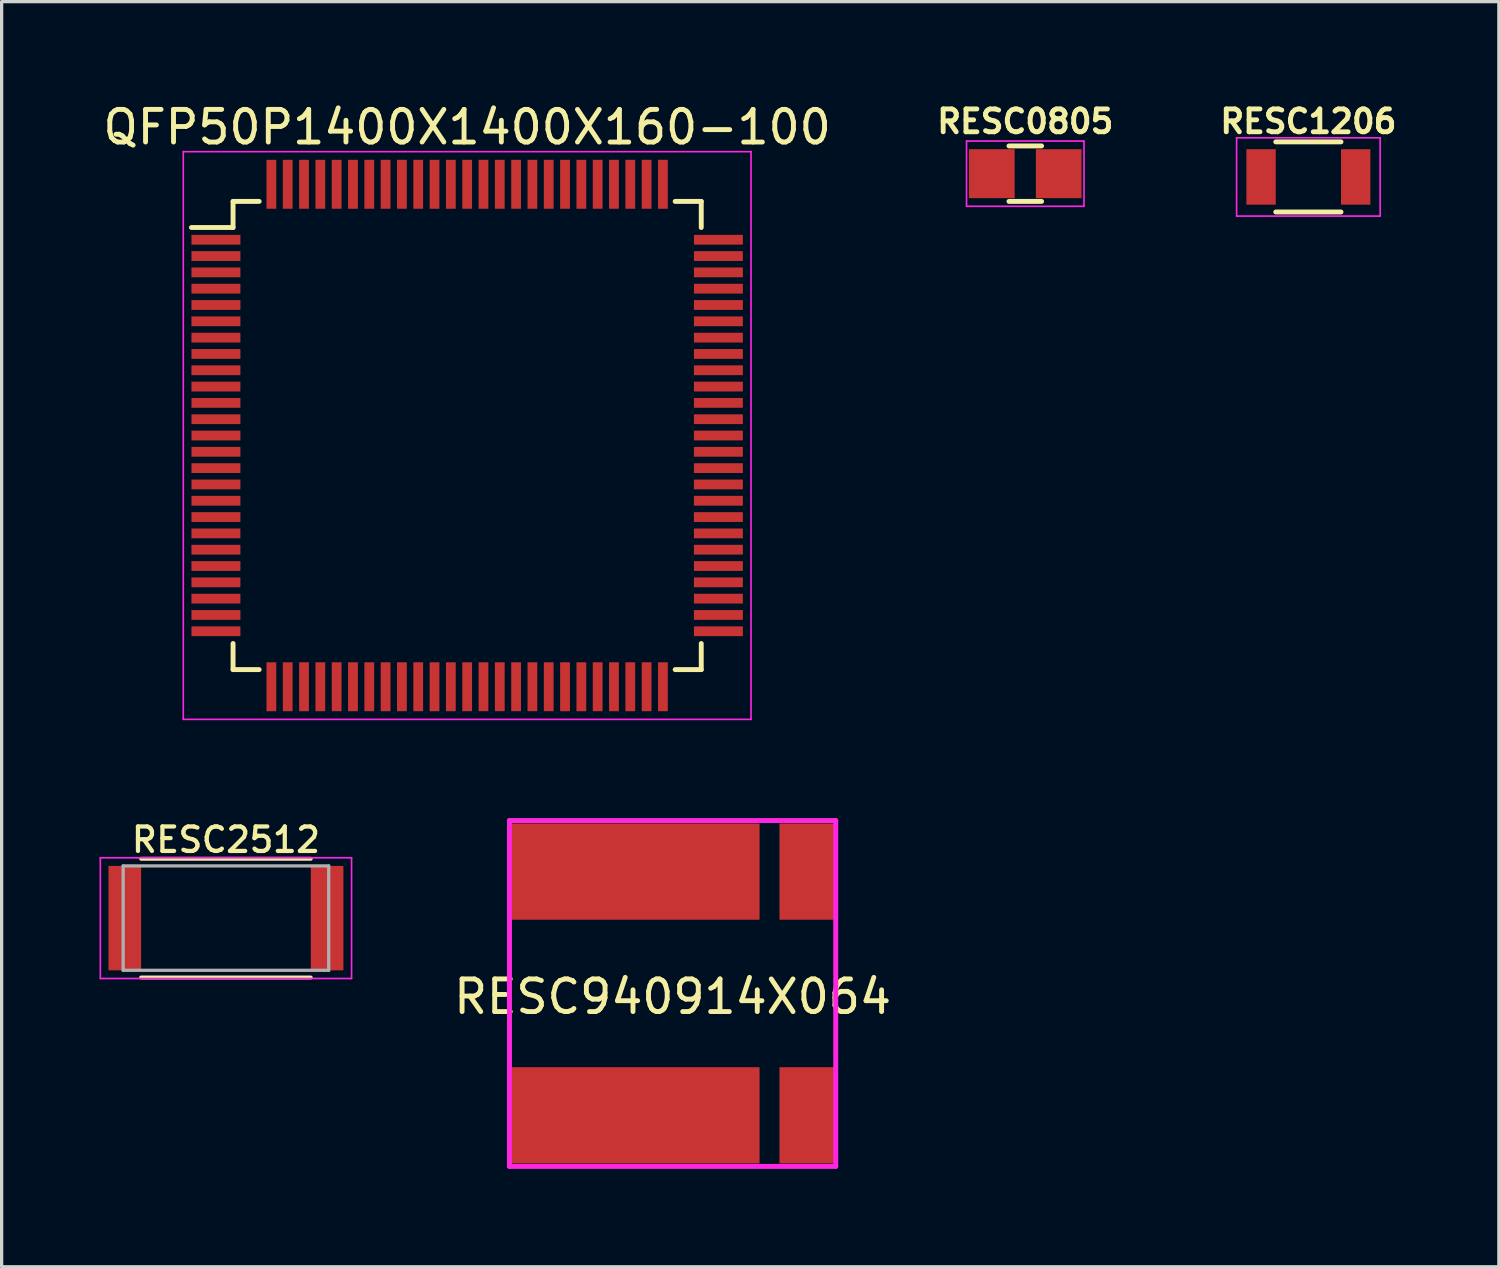
<source format=kicad_pcb>
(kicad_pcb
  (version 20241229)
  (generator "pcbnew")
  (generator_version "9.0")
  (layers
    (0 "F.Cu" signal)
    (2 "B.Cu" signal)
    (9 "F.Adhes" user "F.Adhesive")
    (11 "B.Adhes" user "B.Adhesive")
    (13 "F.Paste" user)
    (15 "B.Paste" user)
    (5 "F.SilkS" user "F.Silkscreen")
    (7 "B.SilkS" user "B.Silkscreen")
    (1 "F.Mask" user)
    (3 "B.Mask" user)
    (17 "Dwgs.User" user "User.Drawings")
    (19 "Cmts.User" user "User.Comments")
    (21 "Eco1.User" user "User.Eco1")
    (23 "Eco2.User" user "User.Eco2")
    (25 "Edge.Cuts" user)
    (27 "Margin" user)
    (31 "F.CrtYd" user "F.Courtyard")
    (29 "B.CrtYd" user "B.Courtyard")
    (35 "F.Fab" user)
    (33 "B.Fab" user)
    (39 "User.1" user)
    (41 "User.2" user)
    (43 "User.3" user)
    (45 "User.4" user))
  (footprint "RESC0805"
    (layer "F.Cu")
    (at 28.374 2.273)
    (property "Reference" "RESC0805" (at 0 -1.6 0) (layer "F.SilkS") (effects (font (size 0.7 0.7) (thickness 0.15))))
    (attr smd)
    (fp_line (start -0.5 0.85) (end 0.5 0.85) (stroke (width 0.15) (type solid)) (layer "F.SilkS"))
    (fp_line (start 0.5 -0.85) (end -0.5 -0.85) (stroke (width 0.15) (type solid)) (layer "F.SilkS"))
    (fp_line (start -1.8 -1) (end -1.8 1) (stroke (width 0.05) (type solid)) (layer "F.CrtYd"))
    (fp_line (start -1.8 -1) (end 1.8 -1) (stroke (width 0.05) (type solid)) (layer "F.CrtYd"))
    (fp_line (start -1.8 1) (end 1.8 1) (stroke (width 0.05) (type solid)) (layer "F.CrtYd"))
    (fp_line (start 1.8 -1) (end 1.8 1) (stroke (width 0.05) (type solid)) (layer "F.CrtYd"))
    (pad "1" smd rect (at -1.025 0) (size 1.4 1.5) (layers "F.Cu" "F.Mask" "F.Paste"))
    (pad "2" smd rect (at 1.025 0) (size 1.4 1.5) (layers "F.Cu" "F.Mask" "F.Paste")))
  (footprint "QFP50P1400X1400X160-100"
    (layer "F.Cu")
    (at 11.268 10.298)
    (property "Reference" "QFP50P1400X1400X160-100" (at 0 -9.45 0) (layer "F.SilkS") (effects (font (size 1 1) (thickness 0.15))))
    (attr smd)
    (fp_line (start -7.175 -7.175) (end -7.175 -6.375) (stroke (width 0.15) (type solid)) (layer "F.SilkS"))
    (fp_line (start -7.175 -7.175) (end -6.375 -7.175) (stroke (width 0.15) (type solid)) (layer "F.SilkS"))
    (fp_line (start -7.175 -6.375) (end -8.45 -6.375) (stroke (width 0.15) (type solid)) (layer "F.SilkS"))
    (fp_line (start -7.175 7.175) (end -7.175 6.375) (stroke (width 0.15) (type solid)) (layer "F.SilkS"))
    (fp_line (start -7.175 7.175) (end -6.375 7.175) (stroke (width 0.15) (type solid)) (layer "F.SilkS"))
    (fp_line (start 7.175 -7.175) (end 6.375 -7.175) (stroke (width 0.15) (type solid)) (layer "F.SilkS"))
    (fp_line (start 7.175 -7.175) (end 7.175 -6.375) (stroke (width 0.15) (type solid)) (layer "F.SilkS"))
    (fp_line (start 7.175 7.175) (end 6.375 7.175) (stroke (width 0.15) (type solid)) (layer "F.SilkS"))
    (fp_line (start 7.175 7.175) (end 7.175 6.375) (stroke (width 0.15) (type solid)) (layer "F.SilkS"))
    (fp_line (start -8.7 -8.7) (end -8.7 8.7) (stroke (width 0.05) (type solid)) (layer "F.CrtYd"))
    (fp_line (start -8.7 -8.7) (end 8.7 -8.7) (stroke (width 0.05) (type solid)) (layer "F.CrtYd"))
    (fp_line (start -8.7 8.7) (end 8.7 8.7) (stroke (width 0.05) (type solid)) (layer "F.CrtYd"))
    (fp_line (start 8.7 -8.7) (end 8.7 8.7) (stroke (width 0.05) (type solid)) (layer "F.CrtYd"))
    (pad "1" smd rect (at -7.7 -6) (size 1.5 0.3) (layers "F.Cu" "F.Mask" "F.Paste"))
    (pad "2" smd rect (at -7.7 -5.5) (size 1.5 0.3) (layers "F.Cu" "F.Mask" "F.Paste"))
    (pad "3" smd rect (at -7.7 -5) (size 1.5 0.3) (layers "F.Cu" "F.Mask" "F.Paste"))
    (pad "4" smd rect (at -7.7 -4.5) (size 1.5 0.3) (layers "F.Cu" "F.Mask" "F.Paste"))
    (pad "5" smd rect (at -7.7 -4) (size 1.5 0.3) (layers "F.Cu" "F.Mask" "F.Paste"))
    (pad "6" smd rect (at -7.7 -3.5) (size 1.5 0.3) (layers "F.Cu" "F.Mask" "F.Paste"))
    (pad "7" smd rect (at -7.7 -3) (size 1.5 0.3) (layers "F.Cu" "F.Mask" "F.Paste"))
    (pad "8" smd rect (at -7.7 -2.5) (size 1.5 0.3) (layers "F.Cu" "F.Mask" "F.Paste"))
    (pad "9" smd rect (at -7.7 -2) (size 1.5 0.3) (layers "F.Cu" "F.Mask" "F.Paste"))
    (pad "10" smd rect (at -7.7 -1.5) (size 1.5 0.3) (layers "F.Cu" "F.Mask" "F.Paste"))
    (pad "11" smd rect (at -7.7 -1) (size 1.5 0.3) (layers "F.Cu" "F.Mask" "F.Paste"))
    (pad "12" smd rect (at -7.7 -0.5) (size 1.5 0.3) (layers "F.Cu" "F.Mask" "F.Paste"))
    (pad "13" smd rect (at -7.7 0) (size 1.5 0.3) (layers "F.Cu" "F.Mask" "F.Paste"))
    (pad "14" smd rect (at -7.7 0.5) (size 1.5 0.3) (layers "F.Cu" "F.Mask" "F.Paste"))
    (pad "15" smd rect (at -7.7 1) (size 1.5 0.3) (layers "F.Cu" "F.Mask" "F.Paste"))
    (pad "16" smd rect (at -7.7 1.5) (size 1.5 0.3) (layers "F.Cu" "F.Mask" "F.Paste"))
    (pad "17" smd rect (at -7.7 2) (size 1.5 0.3) (layers "F.Cu" "F.Mask" "F.Paste"))
    (pad "18" smd rect (at -7.7 2.5) (size 1.5 0.3) (layers "F.Cu" "F.Mask" "F.Paste"))
    (pad "19" smd rect (at -7.7 3) (size 1.5 0.3) (layers "F.Cu" "F.Mask" "F.Paste"))
    (pad "20" smd rect (at -7.7 3.5) (size 1.5 0.3) (layers "F.Cu" "F.Mask" "F.Paste"))
    (pad "21" smd rect (at -7.7 4) (size 1.5 0.3) (layers "F.Cu" "F.Mask" "F.Paste"))
    (pad "22" smd rect (at -7.7 4.5) (size 1.5 0.3) (layers "F.Cu" "F.Mask" "F.Paste"))
    (pad "23" smd rect (at -7.7 5) (size 1.5 0.3) (layers "F.Cu" "F.Mask" "F.Paste"))
    (pad "24" smd rect (at -7.7 5.5) (size 1.5 0.3) (layers "F.Cu" "F.Mask" "F.Paste"))
    (pad "25" smd rect (at -7.7 6) (size 1.5 0.3) (layers "F.Cu" "F.Mask" "F.Paste"))
    (pad "26" smd rect (at -6 7.7 90) (size 1.5 0.3) (layers "F.Cu" "F.Mask" "F.Paste"))
    (pad "27" smd rect (at -5.5 7.7 90) (size 1.5 0.3) (layers "F.Cu" "F.Mask" "F.Paste"))
    (pad "28" smd rect (at -5 7.7 90) (size 1.5 0.3) (layers "F.Cu" "F.Mask" "F.Paste"))
    (pad "29" smd rect (at -4.5 7.7 90) (size 1.5 0.3) (layers "F.Cu" "F.Mask" "F.Paste"))
    (pad "30" smd rect (at -4 7.7 90) (size 1.5 0.3) (layers "F.Cu" "F.Mask" "F.Paste"))
    (pad "31" smd rect (at -3.5 7.7 90) (size 1.5 0.3) (layers "F.Cu" "F.Mask" "F.Paste"))
    (pad "32" smd rect (at -3 7.7 90) (size 1.5 0.3) (layers "F.Cu" "F.Mask" "F.Paste"))
    (pad "33" smd rect (at -2.5 7.7 90) (size 1.5 0.3) (layers "F.Cu" "F.Mask" "F.Paste"))
    (pad "34" smd rect (at -2 7.7 90) (size 1.5 0.3) (layers "F.Cu" "F.Mask" "F.Paste"))
    (pad "35" smd rect (at -1.5 7.7 90) (size 1.5 0.3) (layers "F.Cu" "F.Mask" "F.Paste"))
    (pad "36" smd rect (at -1 7.7 90) (size 1.5 0.3) (layers "F.Cu" "F.Mask" "F.Paste"))
    (pad "37" smd rect (at -0.5 7.7 90) (size 1.5 0.3) (layers "F.Cu" "F.Mask" "F.Paste"))
    (pad "38" smd rect (at 0 7.7 90) (size 1.5 0.3) (layers "F.Cu" "F.Mask" "F.Paste"))
    (pad "39" smd rect (at 0.5 7.7 90) (size 1.5 0.3) (layers "F.Cu" "F.Mask" "F.Paste"))
    (pad "40" smd rect (at 1 7.7 90) (size 1.5 0.3) (layers "F.Cu" "F.Mask" "F.Paste"))
    (pad "41" smd rect (at 1.5 7.7 90) (size 1.5 0.3) (layers "F.Cu" "F.Mask" "F.Paste"))
    (pad "42" smd rect (at 2 7.7 90) (size 1.5 0.3) (layers "F.Cu" "F.Mask" "F.Paste"))
    (pad "43" smd rect (at 2.5 7.7 90) (size 1.5 0.3) (layers "F.Cu" "F.Mask" "F.Paste"))
    (pad "44" smd rect (at 3 7.7 90) (size 1.5 0.3) (layers "F.Cu" "F.Mask" "F.Paste"))
    (pad "45" smd rect (at 3.5 7.7 90) (size 1.5 0.3) (layers "F.Cu" "F.Mask" "F.Paste"))
    (pad "46" smd rect (at 4 7.7 90) (size 1.5 0.3) (layers "F.Cu" "F.Mask" "F.Paste"))
    (pad "47" smd rect (at 4.5 7.7 90) (size 1.5 0.3) (layers "F.Cu" "F.Mask" "F.Paste"))
    (pad "48" smd rect (at 5 7.7 90) (size 1.5 0.3) (layers "F.Cu" "F.Mask" "F.Paste"))
    (pad "49" smd rect (at 5.5 7.7 90) (size 1.5 0.3) (layers "F.Cu" "F.Mask" "F.Paste"))
    (pad "50" smd rect (at 6 7.7 90) (size 1.5 0.3) (layers "F.Cu" "F.Mask" "F.Paste"))
    (pad "51" smd rect (at 7.7 6) (size 1.5 0.3) (layers "F.Cu" "F.Mask" "F.Paste"))
    (pad "52" smd rect (at 7.7 5.5) (size 1.5 0.3) (layers "F.Cu" "F.Mask" "F.Paste"))
    (pad "53" smd rect (at 7.7 5) (size 1.5 0.3) (layers "F.Cu" "F.Mask" "F.Paste"))
    (pad "54" smd rect (at 7.7 4.5) (size 1.5 0.3) (layers "F.Cu" "F.Mask" "F.Paste"))
    (pad "55" smd rect (at 7.7 4) (size 1.5 0.3) (layers "F.Cu" "F.Mask" "F.Paste"))
    (pad "56" smd rect (at 7.7 3.5) (size 1.5 0.3) (layers "F.Cu" "F.Mask" "F.Paste"))
    (pad "57" smd rect (at 7.7 3) (size 1.5 0.3) (layers "F.Cu" "F.Mask" "F.Paste"))
    (pad "58" smd rect (at 7.7 2.5) (size 1.5 0.3) (layers "F.Cu" "F.Mask" "F.Paste"))
    (pad "59" smd rect (at 7.7 2) (size 1.5 0.3) (layers "F.Cu" "F.Mask" "F.Paste"))
    (pad "60" smd rect (at 7.7 1.5) (size 1.5 0.3) (layers "F.Cu" "F.Mask" "F.Paste"))
    (pad "61" smd rect (at 7.7 1) (size 1.5 0.3) (layers "F.Cu" "F.Mask" "F.Paste"))
    (pad "62" smd rect (at 7.7 0.5) (size 1.5 0.3) (layers "F.Cu" "F.Mask" "F.Paste"))
    (pad "63" smd rect (at 7.7 0) (size 1.5 0.3) (layers "F.Cu" "F.Mask" "F.Paste"))
    (pad "64" smd rect (at 7.7 -0.5) (size 1.5 0.3) (layers "F.Cu" "F.Mask" "F.Paste"))
    (pad "65" smd rect (at 7.7 -1) (size 1.5 0.3) (layers "F.Cu" "F.Mask" "F.Paste"))
    (pad "66" smd rect (at 7.7 -1.5) (size 1.5 0.3) (layers "F.Cu" "F.Mask" "F.Paste"))
    (pad "67" smd rect (at 7.7 -2) (size 1.5 0.3) (layers "F.Cu" "F.Mask" "F.Paste"))
    (pad "68" smd rect (at 7.7 -2.5) (size 1.5 0.3) (layers "F.Cu" "F.Mask" "F.Paste"))
    (pad "69" smd rect (at 7.7 -3) (size 1.5 0.3) (layers "F.Cu" "F.Mask" "F.Paste"))
    (pad "70" smd rect (at 7.7 -3.5) (size 1.5 0.3) (layers "F.Cu" "F.Mask" "F.Paste"))
    (pad "71" smd rect (at 7.7 -4) (size 1.5 0.3) (layers "F.Cu" "F.Mask" "F.Paste"))
    (pad "72" smd rect (at 7.7 -4.5) (size 1.5 0.3) (layers "F.Cu" "F.Mask" "F.Paste"))
    (pad "73" smd rect (at 7.7 -5) (size 1.5 0.3) (layers "F.Cu" "F.Mask" "F.Paste"))
    (pad "74" smd rect (at 7.7 -5.5) (size 1.5 0.3) (layers "F.Cu" "F.Mask" "F.Paste"))
    (pad "75" smd rect (at 7.7 -6) (size 1.5 0.3) (layers "F.Cu" "F.Mask" "F.Paste"))
    (pad "76" smd rect (at 6 -7.7 90) (size 1.5 0.3) (layers "F.Cu" "F.Mask" "F.Paste"))
    (pad "77" smd rect (at 5.5 -7.7 90) (size 1.5 0.3) (layers "F.Cu" "F.Mask" "F.Paste"))
    (pad "78" smd rect (at 5 -7.7 90) (size 1.5 0.3) (layers "F.Cu" "F.Mask" "F.Paste"))
    (pad "79" smd rect (at 4.5 -7.7 90) (size 1.5 0.3) (layers "F.Cu" "F.Mask" "F.Paste"))
    (pad "80" smd rect (at 4 -7.7 90) (size 1.5 0.3) (layers "F.Cu" "F.Mask" "F.Paste"))
    (pad "81" smd rect (at 3.5 -7.7 90) (size 1.5 0.3) (layers "F.Cu" "F.Mask" "F.Paste"))
    (pad "82" smd rect (at 3 -7.7 90) (size 1.5 0.3) (layers "F.Cu" "F.Mask" "F.Paste"))
    (pad "83" smd rect (at 2.5 -7.7 90) (size 1.5 0.3) (layers "F.Cu" "F.Mask" "F.Paste"))
    (pad "84" smd rect (at 2 -7.7 90) (size 1.5 0.3) (layers "F.Cu" "F.Mask" "F.Paste"))
    (pad "85" smd rect (at 1.5 -7.7 90) (size 1.5 0.3) (layers "F.Cu" "F.Mask" "F.Paste"))
    (pad "86" smd rect (at 1 -7.7 90) (size 1.5 0.3) (layers "F.Cu" "F.Mask" "F.Paste"))
    (pad "87" smd rect (at 0.5 -7.7 90) (size 1.5 0.3) (layers "F.Cu" "F.Mask" "F.Paste"))
    (pad "88" smd rect (at 0 -7.7 90) (size 1.5 0.3) (layers "F.Cu" "F.Mask" "F.Paste"))
    (pad "89" smd rect (at -0.5 -7.7 90) (size 1.5 0.3) (layers "F.Cu" "F.Mask" "F.Paste"))
    (pad "90" smd rect (at -1 -7.7 90) (size 1.5 0.3) (layers "F.Cu" "F.Mask" "F.Paste"))
    (pad "91" smd rect (at -1.5 -7.7 90) (size 1.5 0.3) (layers "F.Cu" "F.Mask" "F.Paste"))
    (pad "92" smd rect (at -2 -7.7 90) (size 1.5 0.3) (layers "F.Cu" "F.Mask" "F.Paste"))
    (pad "93" smd rect (at -2.5 -7.7 90) (size 1.5 0.3) (layers "F.Cu" "F.Mask" "F.Paste"))
    (pad "94" smd rect (at -3 -7.7 90) (size 1.5 0.3) (layers "F.Cu" "F.Mask" "F.Paste"))
    (pad "95" smd rect (at -3.5 -7.7 90) (size 1.5 0.3) (layers "F.Cu" "F.Mask" "F.Paste"))
    (pad "96" smd rect (at -4 -7.7 90) (size 1.5 0.3) (layers "F.Cu" "F.Mask" "F.Paste"))
    (pad "97" smd rect (at -4.5 -7.7 90) (size 1.5 0.3) (layers "F.Cu" "F.Mask" "F.Paste"))
    (pad "98" smd rect (at -5 -7.7 90) (size 1.5 0.3) (layers "F.Cu" "F.Mask" "F.Paste"))
    (pad "99" smd rect (at -5.5 -7.7 90) (size 1.5 0.3) (layers "F.Cu" "F.Mask" "F.Paste"))
    (pad "100" smd rect (at -6 -7.7 90) (size 1.5 0.3) (layers "F.Cu" "F.Mask" "F.Paste")))
  (footprint "RESC2512"
    (layer "F.Cu")
    (at 3.875 25.09)
    (property "Reference" "RESC2512" (at 0 -2.4 0) (layer "F.SilkS") (effects (font (size 0.75 0.75) (thickness 0.13))))
    (attr smd)
    (fp_line (start -2.6 -1.82) (end 2.6 -1.82) (stroke (width 0.12) (type solid)) (layer "F.SilkS"))
    (fp_line (start 2.6 1.82) (end -2.6 1.82) (stroke (width 0.12) (type solid)) (layer "F.SilkS"))
    (fp_line (start -3.85 -1.85) (end -3.85 1.85) (stroke (width 0.05) (type solid)) (layer "F.CrtYd"))
    (fp_line (start -3.85 -1.85) (end 3.85 -1.85) (stroke (width 0.05) (type solid)) (layer "F.CrtYd"))
    (fp_line (start 3.85 1.85) (end -3.85 1.85) (stroke (width 0.05) (type solid)) (layer "F.CrtYd"))
    (fp_line (start 3.85 1.85) (end 3.85 -1.85) (stroke (width 0.05) (type solid)) (layer "F.CrtYd"))
    (fp_line (start -3.15 -1.6) (end 3.15 -1.6) (stroke (width 0.1) (type solid)) (layer "F.Fab"))
    (fp_line (start -3.15 1.6) (end -3.15 -1.6) (stroke (width 0.1) (type solid)) (layer "F.Fab"))
    (fp_line (start 3.15 -1.6) (end 3.15 1.6) (stroke (width 0.1) (type solid)) (layer "F.Fab"))
    (fp_line (start 3.15 1.6) (end -3.15 1.6) (stroke (width 0.1) (type solid)) (layer "F.Fab"))
    (pad "1" smd rect (at -3.1 0) (size 1 3.2) (layers "F.Cu" "F.Mask" "F.Paste"))
    (pad "2" smd rect (at 3.1 0) (size 1 3.2) (layers "F.Cu" "F.Mask" "F.Paste")))
  (footprint "RESC1206"
    (layer "F.Cu")
    (at 37.051 2.373)
    (property "Reference" "RESC1206" (at 0 -1.7 0) (layer "F.SilkS") (effects (font (size 0.7 0.7) (thickness 0.15))))
    (attr smd)
    (fp_line (start -1 -1.075) (end 1 -1.075) (stroke (width 0.15) (type solid)) (layer "F.SilkS"))
    (fp_line (start 1 1.075) (end -1 1.075) (stroke (width 0.15) (type solid)) (layer "F.SilkS"))
    (fp_line (start -2.2 -1.2) (end -2.2 1.2) (stroke (width 0.05) (type solid)) (layer "F.CrtYd"))
    (fp_line (start -2.2 -1.2) (end 2.2 -1.2) (stroke (width 0.05) (type solid)) (layer "F.CrtYd"))
    (fp_line (start -2.2 1.2) (end 2.2 1.2) (stroke (width 0.05) (type solid)) (layer "F.CrtYd"))
    (fp_line (start 2.2 -1.2) (end 2.2 1.2) (stroke (width 0.05) (type solid)) (layer "F.CrtYd"))
    (pad "1" smd rect (at -1.45 0) (size 0.9 1.7) (layers "F.Cu" "F.Mask" "F.Paste"))
    (pad "2" smd rect (at 1.45 0) (size 0.9 1.7) (layers "F.Cu" "F.Mask" "F.Paste")))
  (footprint "RESC940914X064"
    (layer "F.Cu")
    (at 17.565 27.399)
    (property "Reference" "RESC940914X064" (at 0 0.1 0) (layer "F.SilkS") (effects (font (size 1 1) (thickness 0.15))))
    (attr through_hole)
    (fp_line (start 2.65 2.15) (end 2.65 -2.15) (stroke (width 0.152) (type solid)) (layer "B.Paste"))
    (fp_line (start 3.275 -2.15) (end 3.275 2.15) (stroke (width 0.152) (type solid)) (layer "B.Paste"))
    (fp_line (start -5 -5.3) (end -5 5.3) (stroke (width 0.152) (type solid)) (layer "F.CrtYd"))
    (fp_line (start -5 5.3) (end 5 5.3) (stroke (width 0.152) (type solid)) (layer "F.CrtYd"))
    (fp_line (start 5 -5.3) (end -5 -5.3) (stroke (width 0.152) (type solid)) (layer "F.CrtYd"))
    (fp_line (start 5 5.3) (end 5 -5.3) (stroke (width 0.152) (type solid)) (layer "F.CrtYd"))
    (pad "1" smd rect (at -1.145 3.735) (size 7.62 2.95) (layers "F.Cu" "F.Mask" "F.Paste"))
    (pad "2" smd rect (at -1.145 -3.735) (size 7.62 2.95) (layers "F.Cu" "F.Mask" "F.Paste"))
    (pad "3" smd rect (at 4.115 3.735) (size 1.68 2.95) (layers "F.Cu" "F.Mask" "F.Paste"))
    (pad "4" smd rect (at 4.115 -3.735) (size 1.68 2.95) (layers "F.Cu" "F.Mask" "F.Paste")))
  (gr_rect
    (start -3 -3)
    (end 42.889 35.776)
    (stroke (width 0.1) (type default))
    (fill no)
    (layer "Edge.Cuts")))
</source>
